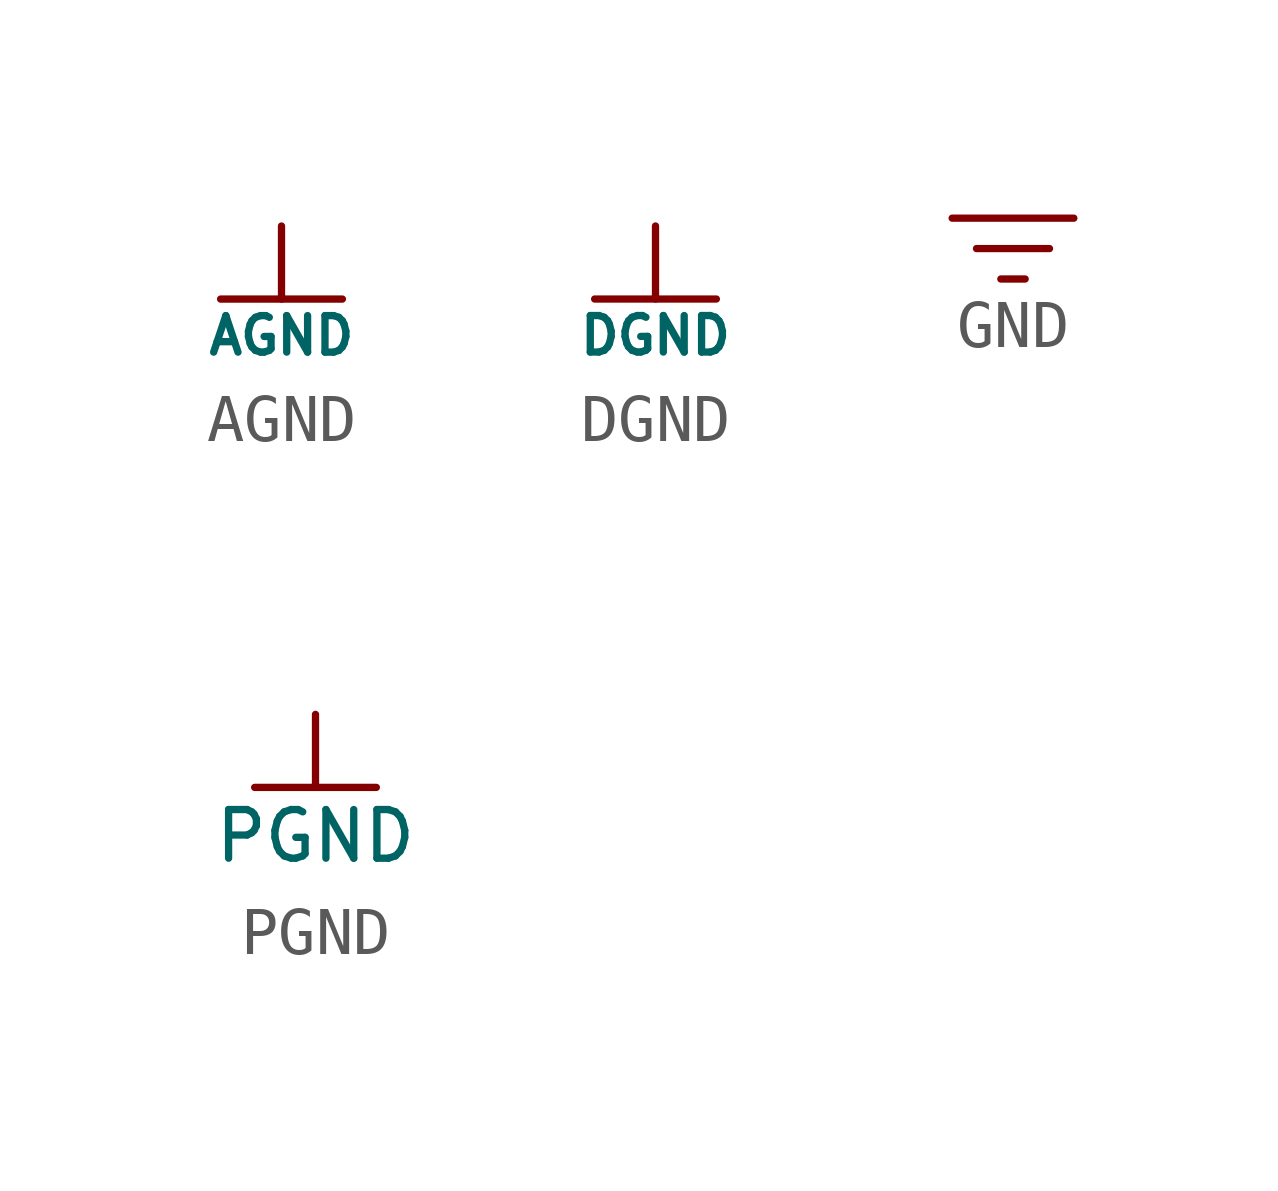
<source format=kicad_sym>
(kicad_symbol_lib
  (version 20211014)
  (generator kicad_symbol_editor)
  (symbol "AGND"
    (power)
    (pin_names
      (offset 0))
    (property "Reference" "#PWR"
      (at 3.048 0 90)
      (effects (font (size 1.524 1.524)) hide))
    (property "Value" "AGND"
      (at 0 -2.286 0)
      (effects (font (size 0.762 0.762))))
    (symbol "AGND_0_1"
      (polyline (pts (xy 0 -1.524) (xy 0 0)) (stroke (width 0) (type default) (color 0 0 0 0)) (fill (type none)))
      (polyline (pts (xy 1.27 -1.524) (xy -1.27 -1.524)) (stroke (width 0) (type default) (color 0 0 0 0)) (fill (type none))))
    (symbol "AGND_1_1"
      (pin power_in line (at 0 0 270) (length 0) hide (name "AGND" (effects (font (size 1.27 1.27)))) (number "1" (effects (font (size 1.27 1.27)))))))
  (symbol "DGND"
    (power)
    (pin_names
      (offset 0))
    (property "Reference" "#PWR"
      (at 3.048 0 90)
      (effects (font (size 1.524 1.524)) hide))
    (property "Value" "DGND"
      (at 0 -2.286 0)
      (effects (font (size 0.762 0.762))))
    (symbol "DGND_0_1"
      (polyline (pts (xy 0 -1.524) (xy 0 0)) (stroke (width 0) (type default) (color 0 0 0 0)) (fill (type none)))
      (polyline (pts (xy 1.27 -1.524) (xy -1.27 -1.524)) (stroke (width 0) (type default) (color 0 0 0 0)) (fill (type none))))
    (symbol "DGND_1_1"
      (pin power_in line (at 0 0 270) (length 0) hide (name "DGND" (effects (font (size 1.27 1.27)))) (number "1" (effects (font (size 1.27 1.27)))))))
  (symbol "GND"
    (power)
    (pin_names
      (offset 0))
    (property "Reference" "#PWR"
      (at 0 0 0)
      (effects (font (size 1.524 1.524)) hide))
    (symbol "GND_0_1"
      (polyline (pts (xy -1.27 0) (xy 1.27 0)) (stroke (width 0) (type default) (color 0 0 0 0)) (fill (type none)))
      (polyline (pts (xy -0.762 -0.635) (xy 0.762 -0.635)) (stroke (width 0) (type default) (color 0 0 0 0)) (fill (type none)))
      (polyline (pts (xy -0.254 -1.27) (xy 0.254 -1.27)) (stroke (width 0) (type default) (color 0 0 0 0)) (fill (type none))))
    (symbol "GND_1_1"
      (pin power_in line (at 0 0 270) (length 0) hide (name "GND" (effects (font (size 1.27 1.27)))) (number "1" (effects (font (size 1.27 1.27)))))))
  (symbol "PGND"
    (power)
    (pin_names
      (offset 0))
    (property "Reference" "#PWR"
      (at 3.048 0 90)
      (effects (font (size 1.524 1.524)) hide))
    (property "Value" "PGND"
      (at 0 -2.54 0)
      (effects (font (size 1.016 1.016))))
    (symbol "PGND_0_1"
      (polyline (pts (xy 0 -1.524) (xy 0 0)) (stroke (width 0) (type default) (color 0 0 0 0)) (fill (type none)))
      (polyline (pts (xy 1.27 -1.524) (xy -1.27 -1.524)) (stroke (width 0) (type default) (color 0 0 0 0)) (fill (type none))))
    (symbol "PGND_1_1"
      (pin power_in line (at 0 0 270) (length 0) hide (name "PGND" (effects (font (size 1.27 1.27)))) (number "1" (effects (font (size 1.27 1.27))))))))
</source>
